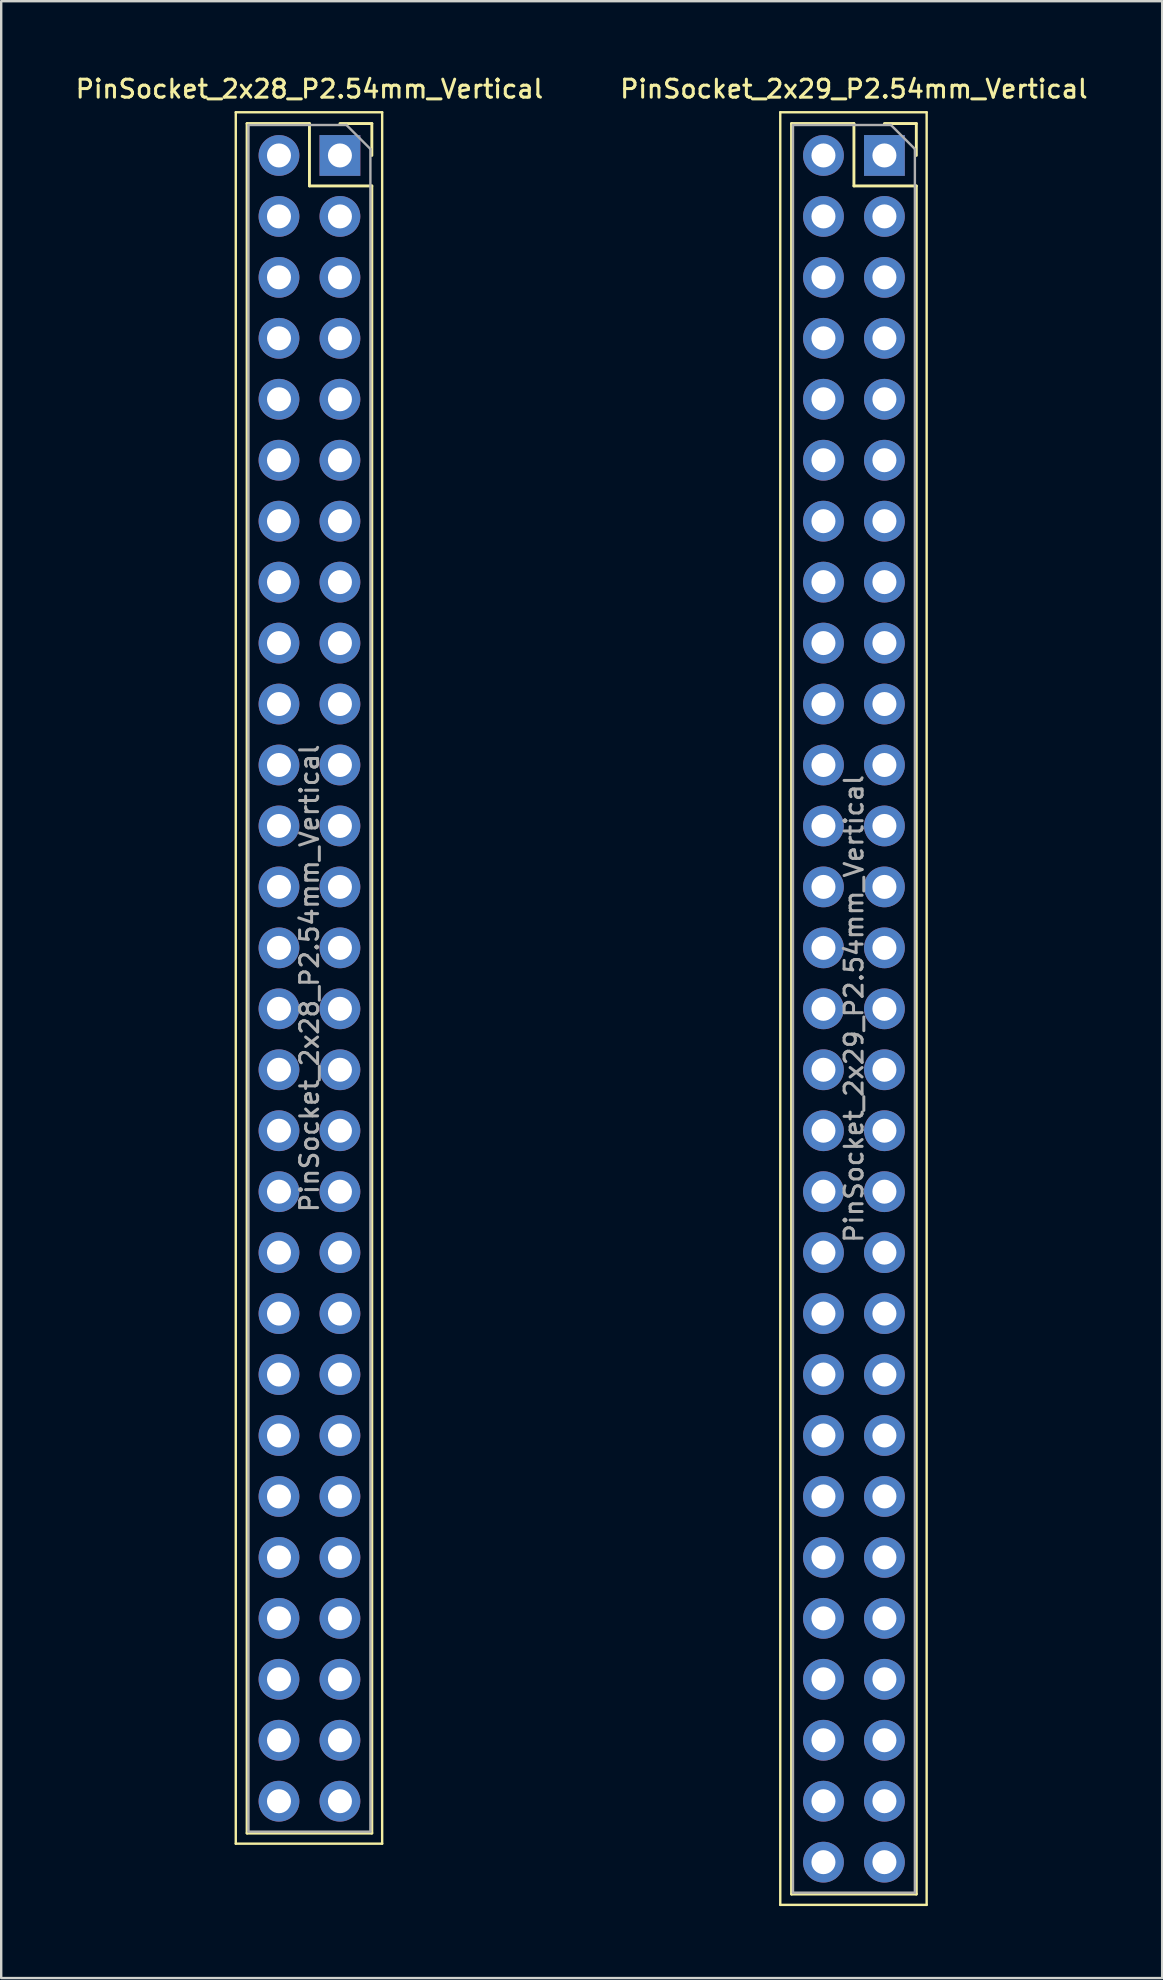
<source format=kicad_pcb>
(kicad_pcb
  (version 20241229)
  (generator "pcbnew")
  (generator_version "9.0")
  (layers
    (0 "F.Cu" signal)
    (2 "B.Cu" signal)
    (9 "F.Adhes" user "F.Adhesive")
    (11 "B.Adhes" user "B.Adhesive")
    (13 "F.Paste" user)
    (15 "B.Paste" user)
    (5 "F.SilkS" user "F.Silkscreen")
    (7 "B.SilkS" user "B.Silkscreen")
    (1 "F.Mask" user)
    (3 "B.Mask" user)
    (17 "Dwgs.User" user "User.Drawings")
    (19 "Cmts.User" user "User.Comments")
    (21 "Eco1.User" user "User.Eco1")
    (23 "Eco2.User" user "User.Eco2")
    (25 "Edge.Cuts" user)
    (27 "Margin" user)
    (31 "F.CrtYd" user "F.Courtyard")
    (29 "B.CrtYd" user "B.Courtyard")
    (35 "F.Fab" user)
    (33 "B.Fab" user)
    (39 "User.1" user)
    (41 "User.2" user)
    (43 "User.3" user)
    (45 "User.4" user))
  (footprint "PinSocket_2x28_P2.54mm_Vertical"
    (layer "F.Cu")
    (at 11.115 3.428)
    (property "Reference" "PinSocket_2x28_P2.54mm_Vertical" (at -1.27 -2.77 0) (layer "F.SilkS") (effects (font (size 0.75 0.75) (thickness 0.125))))
    (attr through_hole)
    (fp_line (start -4.34 -1.8) (end 1.76 -1.8) (stroke (width 0.1) (type solid)) (layer "F.SilkS"))
    (fp_line (start -4.34 70.35) (end -4.34 -1.8) (stroke (width 0.1) (type solid)) (layer "F.SilkS"))
    (fp_line (start -3.87 -1.33) (end -3.87 69.91) (stroke (width 0.12) (type solid)) (layer "F.SilkS"))
    (fp_line (start -3.87 -1.33) (end -1.27 -1.33) (stroke (width 0.12) (type solid)) (layer "F.SilkS"))
    (fp_line (start -3.87 69.91) (end 1.33 69.91) (stroke (width 0.12) (type solid)) (layer "F.SilkS"))
    (fp_line (start -1.27 -1.33) (end -1.27 1.27) (stroke (width 0.12) (type solid)) (layer "F.SilkS"))
    (fp_line (start -1.27 1.27) (end 1.33 1.27) (stroke (width 0.12) (type solid)) (layer "F.SilkS"))
    (fp_line (start 0 -1.33) (end 1.33 -1.33) (stroke (width 0.12) (type solid)) (layer "F.SilkS"))
    (fp_line (start 1.33 -1.33) (end 1.33 0) (stroke (width 0.12) (type solid)) (layer "F.SilkS"))
    (fp_line (start 1.33 1.27) (end 1.33 69.91) (stroke (width 0.12) (type solid)) (layer "F.SilkS"))
    (fp_line (start 1.76 -1.8) (end 1.76 70.35) (stroke (width 0.1) (type solid)) (layer "F.SilkS"))
    (fp_line (start 1.76 70.35) (end -4.34 70.35) (stroke (width 0.1) (type solid)) (layer "F.SilkS"))
    (fp_line (start -3.81 -1.27) (end 0.27 -1.27) (stroke (width 0.1) (type solid)) (layer "F.Fab"))
    (fp_line (start -3.81 69.85) (end -3.81 -1.27) (stroke (width 0.1) (type solid)) (layer "F.Fab"))
    (fp_line (start 0.27 -1.27) (end 1.27 -0.27) (stroke (width 0.1) (type solid)) (layer "F.Fab"))
    (fp_line (start 1.27 -0.27) (end 1.27 69.85) (stroke (width 0.1) (type solid)) (layer "F.Fab"))
    (fp_line (start 1.27 69.85) (end -3.81 69.85) (stroke (width 0.1) (type solid)) (layer "F.Fab"))
    (fp_text user "${REFERENCE}" (at -1.27 34.29 90) (layer "F.Fab") (effects (font (size 0.75 0.75) (thickness 0.125))))
    (pad "1" thru_hole rect (at 0 0) (size 1.7 1.7) (drill 1) (layers "*.Cu" "*.Mask"))
    (pad "2" thru_hole oval (at -2.54 0) (size 1.7 1.7) (drill 1) (layers "*.Cu" "*.Mask"))
    (pad "3" thru_hole oval (at 0 2.54) (size 1.7 1.7) (drill 1) (layers "*.Cu" "*.Mask"))
    (pad "4" thru_hole oval (at -2.54 2.54) (size 1.7 1.7) (drill 1) (layers "*.Cu" "*.Mask"))
    (pad "5" thru_hole oval (at 0 5.08) (size 1.7 1.7) (drill 1) (layers "*.Cu" "*.Mask"))
    (pad "6" thru_hole oval (at -2.54 5.08) (size 1.7 1.7) (drill 1) (layers "*.Cu" "*.Mask"))
    (pad "7" thru_hole oval (at 0 7.62) (size 1.7 1.7) (drill 1) (layers "*.Cu" "*.Mask"))
    (pad "8" thru_hole oval (at -2.54 7.62) (size 1.7 1.7) (drill 1) (layers "*.Cu" "*.Mask"))
    (pad "9" thru_hole oval (at 0 10.16) (size 1.7 1.7) (drill 1) (layers "*.Cu" "*.Mask"))
    (pad "10" thru_hole oval (at -2.54 10.16) (size 1.7 1.7) (drill 1) (layers "*.Cu" "*.Mask"))
    (pad "11" thru_hole oval (at 0 12.7) (size 1.7 1.7) (drill 1) (layers "*.Cu" "*.Mask"))
    (pad "12" thru_hole oval (at -2.54 12.7) (size 1.7 1.7) (drill 1) (layers "*.Cu" "*.Mask"))
    (pad "13" thru_hole oval (at 0 15.24) (size 1.7 1.7) (drill 1) (layers "*.Cu" "*.Mask"))
    (pad "14" thru_hole oval (at -2.54 15.24) (size 1.7 1.7) (drill 1) (layers "*.Cu" "*.Mask"))
    (pad "15" thru_hole oval (at 0 17.78) (size 1.7 1.7) (drill 1) (layers "*.Cu" "*.Mask"))
    (pad "16" thru_hole oval (at -2.54 17.78) (size 1.7 1.7) (drill 1) (layers "*.Cu" "*.Mask"))
    (pad "17" thru_hole oval (at 0 20.32) (size 1.7 1.7) (drill 1) (layers "*.Cu" "*.Mask"))
    (pad "18" thru_hole oval (at -2.54 20.32) (size 1.7 1.7) (drill 1) (layers "*.Cu" "*.Mask"))
    (pad "19" thru_hole oval (at 0 22.86) (size 1.7 1.7) (drill 1) (layers "*.Cu" "*.Mask"))
    (pad "20" thru_hole oval (at -2.54 22.86) (size 1.7 1.7) (drill 1) (layers "*.Cu" "*.Mask"))
    (pad "21" thru_hole oval (at 0 25.4) (size 1.7 1.7) (drill 1) (layers "*.Cu" "*.Mask"))
    (pad "22" thru_hole oval (at -2.54 25.4) (size 1.7 1.7) (drill 1) (layers "*.Cu" "*.Mask"))
    (pad "23" thru_hole oval (at 0 27.94) (size 1.7 1.7) (drill 1) (layers "*.Cu" "*.Mask"))
    (pad "24" thru_hole oval (at -2.54 27.94) (size 1.7 1.7) (drill 1) (layers "*.Cu" "*.Mask"))
    (pad "25" thru_hole oval (at 0 30.48) (size 1.7 1.7) (drill 1) (layers "*.Cu" "*.Mask"))
    (pad "26" thru_hole oval (at -2.54 30.48) (size 1.7 1.7) (drill 1) (layers "*.Cu" "*.Mask"))
    (pad "27" thru_hole oval (at 0 33.02) (size 1.7 1.7) (drill 1) (layers "*.Cu" "*.Mask"))
    (pad "28" thru_hole oval (at -2.54 33.02) (size 1.7 1.7) (drill 1) (layers "*.Cu" "*.Mask"))
    (pad "29" thru_hole oval (at 0 35.56) (size 1.7 1.7) (drill 1) (layers "*.Cu" "*.Mask"))
    (pad "30" thru_hole oval (at -2.54 35.56) (size 1.7 1.7) (drill 1) (layers "*.Cu" "*.Mask"))
    (pad "31" thru_hole oval (at 0 38.1) (size 1.7 1.7) (drill 1) (layers "*.Cu" "*.Mask"))
    (pad "32" thru_hole oval (at -2.54 38.1) (size 1.7 1.7) (drill 1) (layers "*.Cu" "*.Mask"))
    (pad "33" thru_hole oval (at 0 40.64) (size 1.7 1.7) (drill 1) (layers "*.Cu" "*.Mask"))
    (pad "34" thru_hole oval (at -2.54 40.64) (size 1.7 1.7) (drill 1) (layers "*.Cu" "*.Mask"))
    (pad "35" thru_hole oval (at 0 43.18) (size 1.7 1.7) (drill 1) (layers "*.Cu" "*.Mask"))
    (pad "36" thru_hole oval (at -2.54 43.18) (size 1.7 1.7) (drill 1) (layers "*.Cu" "*.Mask"))
    (pad "37" thru_hole oval (at 0 45.72) (size 1.7 1.7) (drill 1) (layers "*.Cu" "*.Mask"))
    (pad "38" thru_hole oval (at -2.54 45.72) (size 1.7 1.7) (drill 1) (layers "*.Cu" "*.Mask"))
    (pad "39" thru_hole oval (at 0 48.26) (size 1.7 1.7) (drill 1) (layers "*.Cu" "*.Mask"))
    (pad "40" thru_hole oval (at -2.54 48.26) (size 1.7 1.7) (drill 1) (layers "*.Cu" "*.Mask"))
    (pad "41" thru_hole oval (at 0 50.8) (size 1.7 1.7) (drill 1) (layers "*.Cu" "*.Mask"))
    (pad "42" thru_hole oval (at -2.54 50.8) (size 1.7 1.7) (drill 1) (layers "*.Cu" "*.Mask"))
    (pad "43" thru_hole oval (at 0 53.34) (size 1.7 1.7) (drill 1) (layers "*.Cu" "*.Mask"))
    (pad "44" thru_hole oval (at -2.54 53.34) (size 1.7 1.7) (drill 1) (layers "*.Cu" "*.Mask"))
    (pad "45" thru_hole oval (at 0 55.88) (size 1.7 1.7) (drill 1) (layers "*.Cu" "*.Mask"))
    (pad "46" thru_hole oval (at -2.54 55.88) (size 1.7 1.7) (drill 1) (layers "*.Cu" "*.Mask"))
    (pad "47" thru_hole oval (at 0 58.42) (size 1.7 1.7) (drill 1) (layers "*.Cu" "*.Mask"))
    (pad "48" thru_hole oval (at -2.54 58.42) (size 1.7 1.7) (drill 1) (layers "*.Cu" "*.Mask"))
    (pad "49" thru_hole oval (at 0 60.96) (size 1.7 1.7) (drill 1) (layers "*.Cu" "*.Mask"))
    (pad "50" thru_hole oval (at -2.54 60.96) (size 1.7 1.7) (drill 1) (layers "*.Cu" "*.Mask"))
    (pad "51" thru_hole oval (at 0 63.5) (size 1.7 1.7) (drill 1) (layers "*.Cu" "*.Mask"))
    (pad "52" thru_hole oval (at -2.54 63.5) (size 1.7 1.7) (drill 1) (layers "*.Cu" "*.Mask"))
    (pad "53" thru_hole oval (at 0 66.04) (size 1.7 1.7) (drill 1) (layers "*.Cu" "*.Mask"))
    (pad "54" thru_hole oval (at -2.54 66.04) (size 1.7 1.7) (drill 1) (layers "*.Cu" "*.Mask"))
    (pad "55" thru_hole oval (at 0 68.58) (size 1.7 1.7) (drill 1) (layers "*.Cu" "*.Mask"))
    (pad "56" thru_hole oval (at -2.54 68.58) (size 1.7 1.7) (drill 1) (layers "*.Cu" "*.Mask")))
  (footprint "PinSocket_2x29_P2.54mm_Vertical"
    (layer "F.Cu")
    (at 33.804 3.428)
    (property "Reference" "PinSocket_2x29_P2.54mm_Vertical" (at -1.27 -2.77 0) (layer "F.SilkS") (effects (font (size 0.75 0.75) (thickness 0.125))))
    (attr through_hole)
    (fp_line (start -4.34 -1.8) (end 1.76 -1.8) (stroke (width 0.1) (type solid)) (layer "F.SilkS"))
    (fp_line (start -4.34 72.9) (end -4.34 -1.8) (stroke (width 0.1) (type solid)) (layer "F.SilkS"))
    (fp_line (start -3.87 -1.33) (end -3.87 72.45) (stroke (width 0.12) (type solid)) (layer "F.SilkS"))
    (fp_line (start -3.87 -1.33) (end -1.27 -1.33) (stroke (width 0.12) (type solid)) (layer "F.SilkS"))
    (fp_line (start -3.87 72.45) (end 1.33 72.45) (stroke (width 0.12) (type solid)) (layer "F.SilkS"))
    (fp_line (start -1.27 -1.33) (end -1.27 1.27) (stroke (width 0.12) (type solid)) (layer "F.SilkS"))
    (fp_line (start -1.27 1.27) (end 1.33 1.27) (stroke (width 0.12) (type solid)) (layer "F.SilkS"))
    (fp_line (start 0 -1.33) (end 1.33 -1.33) (stroke (width 0.12) (type solid)) (layer "F.SilkS"))
    (fp_line (start 1.33 -1.33) (end 1.33 0) (stroke (width 0.12) (type solid)) (layer "F.SilkS"))
    (fp_line (start 1.33 1.27) (end 1.33 72.45) (stroke (width 0.12) (type solid)) (layer "F.SilkS"))
    (fp_line (start 1.76 -1.8) (end 1.76 72.9) (stroke (width 0.1) (type solid)) (layer "F.SilkS"))
    (fp_line (start 1.76 72.9) (end -4.34 72.9) (stroke (width 0.1) (type solid)) (layer "F.SilkS"))
    (fp_line (start -3.81 -1.27) (end 0.27 -1.27) (stroke (width 0.1) (type solid)) (layer "F.Fab"))
    (fp_line (start -3.81 72.39) (end -3.81 -1.27) (stroke (width 0.1) (type solid)) (layer "F.Fab"))
    (fp_line (start 0.27 -1.27) (end 1.27 -0.27) (stroke (width 0.1) (type solid)) (layer "F.Fab"))
    (fp_line (start 1.27 -0.27) (end 1.27 72.39) (stroke (width 0.1) (type solid)) (layer "F.Fab"))
    (fp_line (start 1.27 72.39) (end -3.81 72.39) (stroke (width 0.1) (type solid)) (layer "F.Fab"))
    (fp_text user "${REFERENCE}" (at -1.27 35.56 90) (layer "F.Fab") (effects (font (size 0.75 0.75) (thickness 0.125))))
    (pad "1" thru_hole rect (at 0 0) (size 1.7 1.7) (drill 1) (layers "*.Cu" "*.Mask"))
    (pad "2" thru_hole oval (at -2.54 0) (size 1.7 1.7) (drill 1) (layers "*.Cu" "*.Mask"))
    (pad "3" thru_hole oval (at 0 2.54) (size 1.7 1.7) (drill 1) (layers "*.Cu" "*.Mask"))
    (pad "4" thru_hole oval (at -2.54 2.54) (size 1.7 1.7) (drill 1) (layers "*.Cu" "*.Mask"))
    (pad "5" thru_hole oval (at 0 5.08) (size 1.7 1.7) (drill 1) (layers "*.Cu" "*.Mask"))
    (pad "6" thru_hole oval (at -2.54 5.08) (size 1.7 1.7) (drill 1) (layers "*.Cu" "*.Mask"))
    (pad "7" thru_hole oval (at 0 7.62) (size 1.7 1.7) (drill 1) (layers "*.Cu" "*.Mask"))
    (pad "8" thru_hole oval (at -2.54 7.62) (size 1.7 1.7) (drill 1) (layers "*.Cu" "*.Mask"))
    (pad "9" thru_hole oval (at 0 10.16) (size 1.7 1.7) (drill 1) (layers "*.Cu" "*.Mask"))
    (pad "10" thru_hole oval (at -2.54 10.16) (size 1.7 1.7) (drill 1) (layers "*.Cu" "*.Mask"))
    (pad "11" thru_hole oval (at 0 12.7) (size 1.7 1.7) (drill 1) (layers "*.Cu" "*.Mask"))
    (pad "12" thru_hole oval (at -2.54 12.7) (size 1.7 1.7) (drill 1) (layers "*.Cu" "*.Mask"))
    (pad "13" thru_hole oval (at 0 15.24) (size 1.7 1.7) (drill 1) (layers "*.Cu" "*.Mask"))
    (pad "14" thru_hole oval (at -2.54 15.24) (size 1.7 1.7) (drill 1) (layers "*.Cu" "*.Mask"))
    (pad "15" thru_hole oval (at 0 17.78) (size 1.7 1.7) (drill 1) (layers "*.Cu" "*.Mask"))
    (pad "16" thru_hole oval (at -2.54 17.78) (size 1.7 1.7) (drill 1) (layers "*.Cu" "*.Mask"))
    (pad "17" thru_hole oval (at 0 20.32) (size 1.7 1.7) (drill 1) (layers "*.Cu" "*.Mask"))
    (pad "18" thru_hole oval (at -2.54 20.32) (size 1.7 1.7) (drill 1) (layers "*.Cu" "*.Mask"))
    (pad "19" thru_hole oval (at 0 22.86) (size 1.7 1.7) (drill 1) (layers "*.Cu" "*.Mask"))
    (pad "20" thru_hole oval (at -2.54 22.86) (size 1.7 1.7) (drill 1) (layers "*.Cu" "*.Mask"))
    (pad "21" thru_hole oval (at 0 25.4) (size 1.7 1.7) (drill 1) (layers "*.Cu" "*.Mask"))
    (pad "22" thru_hole oval (at -2.54 25.4) (size 1.7 1.7) (drill 1) (layers "*.Cu" "*.Mask"))
    (pad "23" thru_hole oval (at 0 27.94) (size 1.7 1.7) (drill 1) (layers "*.Cu" "*.Mask"))
    (pad "24" thru_hole oval (at -2.54 27.94) (size 1.7 1.7) (drill 1) (layers "*.Cu" "*.Mask"))
    (pad "25" thru_hole oval (at 0 30.48) (size 1.7 1.7) (drill 1) (layers "*.Cu" "*.Mask"))
    (pad "26" thru_hole oval (at -2.54 30.48) (size 1.7 1.7) (drill 1) (layers "*.Cu" "*.Mask"))
    (pad "27" thru_hole oval (at 0 33.02) (size 1.7 1.7) (drill 1) (layers "*.Cu" "*.Mask"))
    (pad "28" thru_hole oval (at -2.54 33.02) (size 1.7 1.7) (drill 1) (layers "*.Cu" "*.Mask"))
    (pad "29" thru_hole oval (at 0 35.56) (size 1.7 1.7) (drill 1) (layers "*.Cu" "*.Mask"))
    (pad "30" thru_hole oval (at -2.54 35.56) (size 1.7 1.7) (drill 1) (layers "*.Cu" "*.Mask"))
    (pad "31" thru_hole oval (at 0 38.1) (size 1.7 1.7) (drill 1) (layers "*.Cu" "*.Mask"))
    (pad "32" thru_hole oval (at -2.54 38.1) (size 1.7 1.7) (drill 1) (layers "*.Cu" "*.Mask"))
    (pad "33" thru_hole oval (at 0 40.64) (size 1.7 1.7) (drill 1) (layers "*.Cu" "*.Mask"))
    (pad "34" thru_hole oval (at -2.54 40.64) (size 1.7 1.7) (drill 1) (layers "*.Cu" "*.Mask"))
    (pad "35" thru_hole oval (at 0 43.18) (size 1.7 1.7) (drill 1) (layers "*.Cu" "*.Mask"))
    (pad "36" thru_hole oval (at -2.54 43.18) (size 1.7 1.7) (drill 1) (layers "*.Cu" "*.Mask"))
    (pad "37" thru_hole oval (at 0 45.72) (size 1.7 1.7) (drill 1) (layers "*.Cu" "*.Mask"))
    (pad "38" thru_hole oval (at -2.54 45.72) (size 1.7 1.7) (drill 1) (layers "*.Cu" "*.Mask"))
    (pad "39" thru_hole oval (at 0 48.26) (size 1.7 1.7) (drill 1) (layers "*.Cu" "*.Mask"))
    (pad "40" thru_hole oval (at -2.54 48.26) (size 1.7 1.7) (drill 1) (layers "*.Cu" "*.Mask"))
    (pad "41" thru_hole oval (at 0 50.8) (size 1.7 1.7) (drill 1) (layers "*.Cu" "*.Mask"))
    (pad "42" thru_hole oval (at -2.54 50.8) (size 1.7 1.7) (drill 1) (layers "*.Cu" "*.Mask"))
    (pad "43" thru_hole oval (at 0 53.34) (size 1.7 1.7) (drill 1) (layers "*.Cu" "*.Mask"))
    (pad "44" thru_hole oval (at -2.54 53.34) (size 1.7 1.7) (drill 1) (layers "*.Cu" "*.Mask"))
    (pad "45" thru_hole oval (at 0 55.88) (size 1.7 1.7) (drill 1) (layers "*.Cu" "*.Mask"))
    (pad "46" thru_hole oval (at -2.54 55.88) (size 1.7 1.7) (drill 1) (layers "*.Cu" "*.Mask"))
    (pad "47" thru_hole oval (at 0 58.42) (size 1.7 1.7) (drill 1) (layers "*.Cu" "*.Mask"))
    (pad "48" thru_hole oval (at -2.54 58.42) (size 1.7 1.7) (drill 1) (layers "*.Cu" "*.Mask"))
    (pad "49" thru_hole oval (at 0 60.96) (size 1.7 1.7) (drill 1) (layers "*.Cu" "*.Mask"))
    (pad "50" thru_hole oval (at -2.54 60.96) (size 1.7 1.7) (drill 1) (layers "*.Cu" "*.Mask"))
    (pad "51" thru_hole oval (at 0 63.5) (size 1.7 1.7) (drill 1) (layers "*.Cu" "*.Mask"))
    (pad "52" thru_hole oval (at -2.54 63.5) (size 1.7 1.7) (drill 1) (layers "*.Cu" "*.Mask"))
    (pad "53" thru_hole oval (at 0 66.04) (size 1.7 1.7) (drill 1) (layers "*.Cu" "*.Mask"))
    (pad "54" thru_hole oval (at -2.54 66.04) (size 1.7 1.7) (drill 1) (layers "*.Cu" "*.Mask"))
    (pad "55" thru_hole oval (at 0 68.58) (size 1.7 1.7) (drill 1) (layers "*.Cu" "*.Mask"))
    (pad "56" thru_hole oval (at -2.54 68.58) (size 1.7 1.7) (drill 1) (layers "*.Cu" "*.Mask"))
    (pad "57" thru_hole oval (at 0 71.12) (size 1.7 1.7) (drill 1) (layers "*.Cu" "*.Mask"))
    (pad "58" thru_hole oval (at -2.54 71.12) (size 1.7 1.7) (drill 1) (layers "*.Cu" "*.Mask")))
  (gr_rect
    (start -3 -3)
    (end 45.379 79.378)
    (stroke (width 0.1) (type default))
    (fill no)
    (layer "Edge.Cuts")))
</source>
